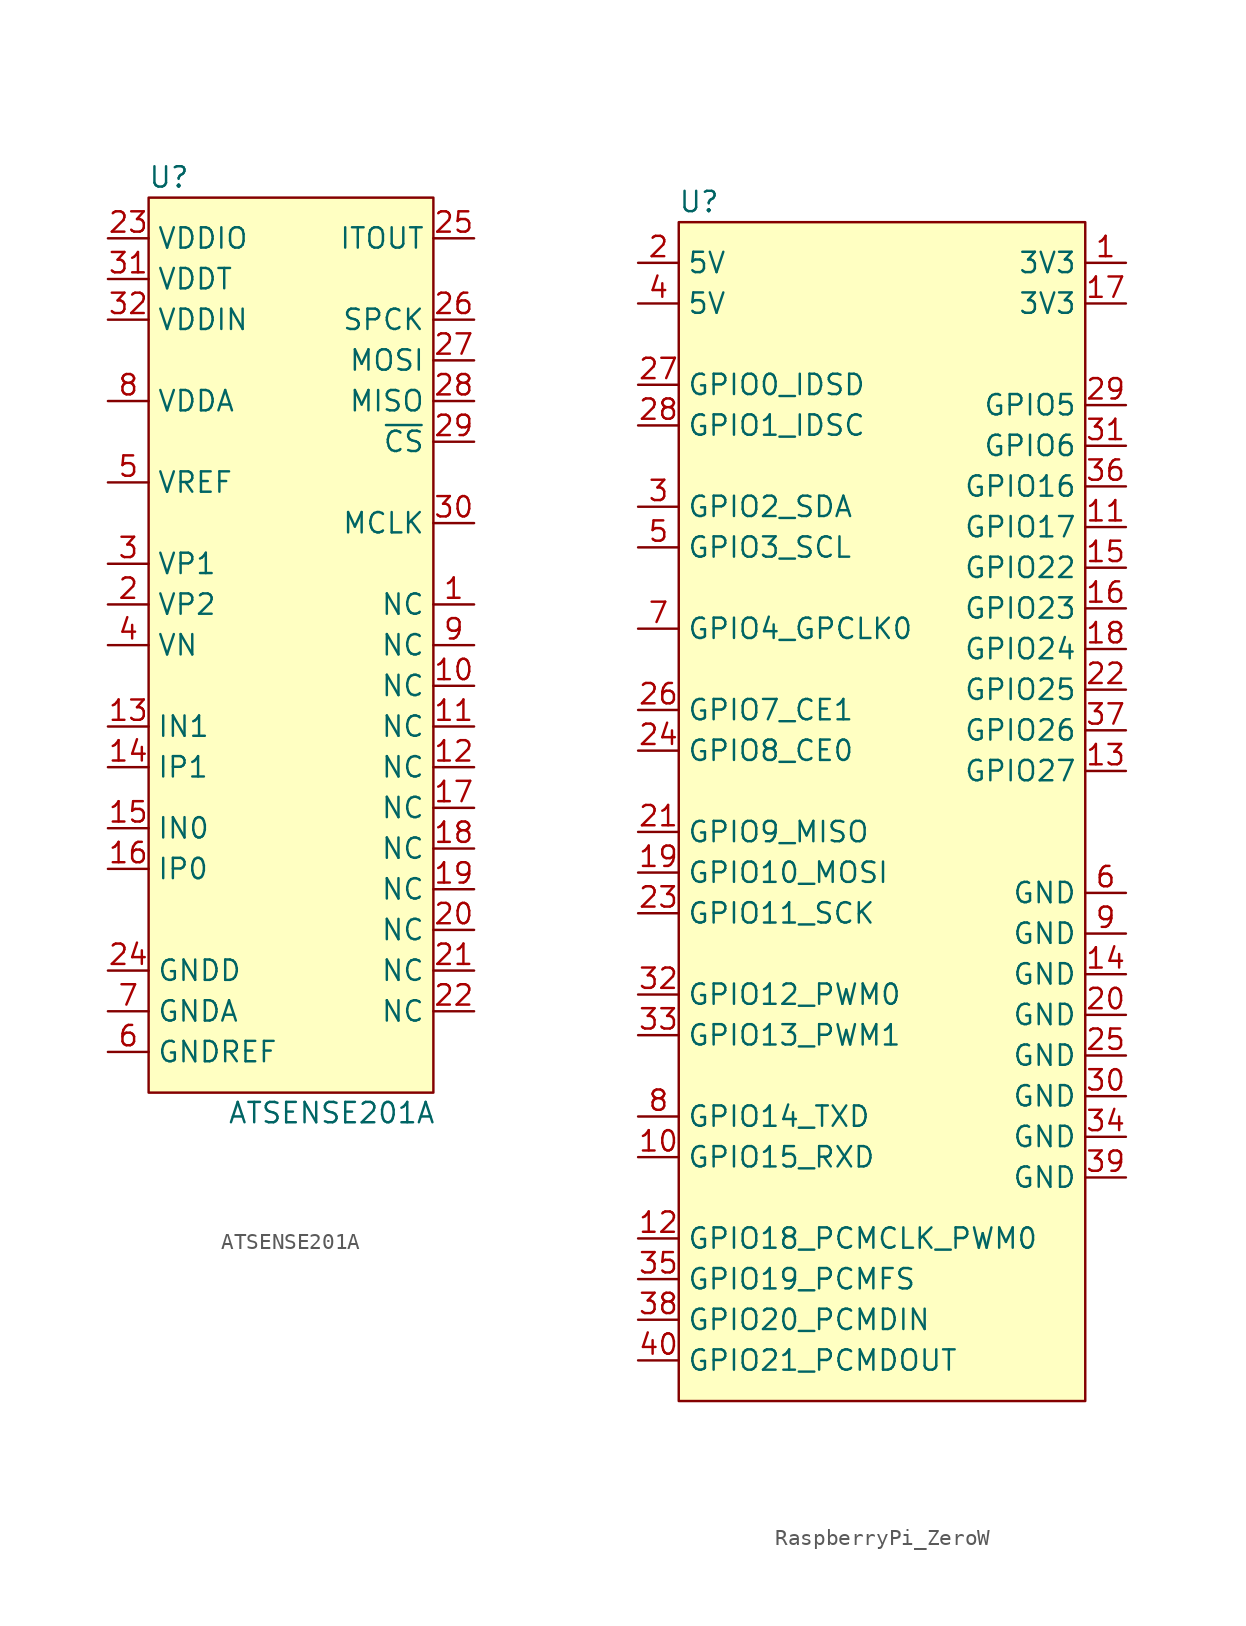
<source format=kicad_sym>
(kicad_symbol_lib
  (version 20220914)
  (generator kicad_symbol_editor)
  (symbol "ATSENSE201A"
    (property "Reference" "U"
      (at -7.62 29.21 0)
      (effects (font (size 1.27 1.27))))
    (property "Value" "ATSENSE201A"
      (at 2.54 -29.21 0)
      (effects (font (size 1.27 1.27))))
    (symbol "ATSENSE201A_0_1"
      (rectangle (start -8.89 27.94) (end 8.89 -27.94) (stroke (width 0) (type default)) (fill (type background))))
    (symbol "ATSENSE201A_1_1"
      (pin input line (at 11.43 2.54 180) (length 2.54) (name "NC" (effects (font (size 1.27 1.27)))) (number "1" (effects (font (size 1.27 1.27)))))
      (pin input line (at 11.43 -2.54 180) (length 2.54) (name "NC" (effects (font (size 1.27 1.27)))) (number "10" (effects (font (size 1.27 1.27)))))
      (pin input line (at 11.43 -5.08 180) (length 2.54) (name "NC" (effects (font (size 1.27 1.27)))) (number "11" (effects (font (size 1.27 1.27)))))
      (pin input line (at 11.43 -7.62 180) (length 2.54) (name "NC" (effects (font (size 1.27 1.27)))) (number "12" (effects (font (size 1.27 1.27)))))
      (pin input line (at -11.43 -5.08 0) (length 2.54) (name "IN1" (effects (font (size 1.27 1.27)))) (number "13" (effects (font (size 1.27 1.27)))))
      (pin input line (at -11.43 -7.62 0) (length 2.54) (name "IP1" (effects (font (size 1.27 1.27)))) (number "14" (effects (font (size 1.27 1.27)))))
      (pin input line (at -11.43 -11.43 0) (length 2.54) (name "IN0" (effects (font (size 1.27 1.27)))) (number "15" (effects (font (size 1.27 1.27)))))
      (pin input line (at -11.43 -13.97 0) (length 2.54) (name "IP0" (effects (font (size 1.27 1.27)))) (number "16" (effects (font (size 1.27 1.27)))))
      (pin input line (at 11.43 -10.16 180) (length 2.54) (name "NC" (effects (font (size 1.27 1.27)))) (number "17" (effects (font (size 1.27 1.27)))))
      (pin input line (at 11.43 -12.7 180) (length 2.54) (name "NC" (effects (font (size 1.27 1.27)))) (number "18" (effects (font (size 1.27 1.27)))))
      (pin input line (at 11.43 -15.24 180) (length 2.54) (name "NC" (effects (font (size 1.27 1.27)))) (number "19" (effects (font (size 1.27 1.27)))))
      (pin input line (at -11.43 2.54 0) (length 2.54) (name "VP2" (effects (font (size 1.27 1.27)))) (number "2" (effects (font (size 1.27 1.27)))))
      (pin input line (at 11.43 -17.78 180) (length 2.54) (name "NC" (effects (font (size 1.27 1.27)))) (number "20" (effects (font (size 1.27 1.27)))))
      (pin input line (at 11.43 -20.32 180) (length 2.54) (name "NC" (effects (font (size 1.27 1.27)))) (number "21" (effects (font (size 1.27 1.27)))))
      (pin input line (at 11.43 -22.86 180) (length 2.54) (name "NC" (effects (font (size 1.27 1.27)))) (number "22" (effects (font (size 1.27 1.27)))))
      (pin power_in line (at -11.43 25.4 0) (length 2.54) (name "VDDIO" (effects (font (size 1.27 1.27)))) (number "23" (effects (font (size 1.27 1.27)))))
      (pin power_in line (at -11.43 -20.32 0) (length 2.54) (name "GNDD" (effects (font (size 1.27 1.27)))) (number "24" (effects (font (size 1.27 1.27)))))
      (pin output line (at 11.43 25.4 180) (length 2.54) (name "ITOUT" (effects (font (size 1.27 1.27)))) (number "25" (effects (font (size 1.27 1.27)))))
      (pin input line (at 11.43 20.32 180) (length 2.54) (name "SPCK" (effects (font (size 1.27 1.27)))) (number "26" (effects (font (size 1.27 1.27)))))
      (pin input line (at 11.43 17.78 180) (length 2.54) (name "MOSI" (effects (font (size 1.27 1.27)))) (number "27" (effects (font (size 1.27 1.27)))))
      (pin output line (at 11.43 15.24 180) (length 2.54) (name "MISO" (effects (font (size 1.27 1.27)))) (number "28" (effects (font (size 1.27 1.27)))))
      (pin input line (at 11.43 12.7 180) (length 2.54) (name "~{CS}" (effects (font (size 1.27 1.27)))) (number "29" (effects (font (size 1.27 1.27)))))
      (pin input line (at -11.43 5.08 0) (length 2.54) (name "VP1" (effects (font (size 1.27 1.27)))) (number "3" (effects (font (size 1.27 1.27)))))
      (pin input line (at 11.43 7.62 180) (length 2.54) (name "MCLK" (effects (font (size 1.27 1.27)))) (number "30" (effects (font (size 1.27 1.27)))))
      (pin power_in line (at -11.43 22.86 0) (length 2.54) (name "VDDT" (effects (font (size 1.27 1.27)))) (number "31" (effects (font (size 1.27 1.27)))))
      (pin power_in line (at -11.43 20.32 0) (length 2.54) (name "VDDIN" (effects (font (size 1.27 1.27)))) (number "32" (effects (font (size 1.27 1.27)))))
      (pin input line (at -11.43 0 0) (length 2.54) (name "VN" (effects (font (size 1.27 1.27)))) (number "4" (effects (font (size 1.27 1.27)))))
      (pin bidirectional line (at -11.43 10.16 0) (length 2.54) (name "VREF" (effects (font (size 1.27 1.27)))) (number "5" (effects (font (size 1.27 1.27)))))
      (pin power_in line (at -11.43 -25.4 0) (length 2.54) (name "GNDREF" (effects (font (size 1.27 1.27)))) (number "6" (effects (font (size 1.27 1.27)))))
      (pin power_in line (at -11.43 -22.86 0) (length 2.54) (name "GNDA" (effects (font (size 1.27 1.27)))) (number "7" (effects (font (size 1.27 1.27)))))
      (pin bidirectional line (at -11.43 15.24 0) (length 2.54) (name "VDDA" (effects (font (size 1.27 1.27)))) (number "8" (effects (font (size 1.27 1.27)))))
      (pin input line (at 11.43 0 180) (length 2.54) (name "NC" (effects (font (size 1.27 1.27)))) (number "9" (effects (font (size 1.27 1.27)))))))
  (symbol "RaspberryPi_ZeroW"
    (property "Reference" "U"
      (at -11.43 38.1 0)
      (effects (font (size 1.27 1.27))))
    (property "Value" ""
      (at -15.24 38.1 0)
      (effects (font (size 1.27 1.27))))
    (symbol "RaspberryPi_ZeroW_0_0"
      (pin power_out line (at 15.24 34.29 180) (length 2.54) (name "3V3" (effects (font (size 1.27 1.27)))) (number "1" (effects (font (size 1.27 1.27)))))
      (pin bidirectional line (at -15.24 -21.59 0) (length 2.54) (name "GPIO15_RXD" (effects (font (size 1.27 1.27)))) (number "10" (effects (font (size 1.27 1.27)))))
      (pin bidirectional line (at 15.24 17.78 180) (length 2.54) (name "GPIO17" (effects (font (size 1.27 1.27)))) (number "11" (effects (font (size 1.27 1.27)))))
      (pin bidirectional line (at -15.24 -26.67 0) (length 2.54) (name "GPIO18_PCMCLK_PWM0" (effects (font (size 1.27 1.27)))) (number "12" (effects (font (size 1.27 1.27)))))
      (pin bidirectional line (at 15.24 2.54 180) (length 2.54) (name "GPIO27" (effects (font (size 1.27 1.27)))) (number "13" (effects (font (size 1.27 1.27)))))
      (pin power_in line (at 15.24 -10.16 180) (length 2.54) (name "GND" (effects (font (size 1.27 1.27)))) (number "14" (effects (font (size 1.27 1.27)))))
      (pin bidirectional line (at 15.24 15.24 180) (length 2.54) (name "GPIO22" (effects (font (size 1.27 1.27)))) (number "15" (effects (font (size 1.27 1.27)))))
      (pin bidirectional line (at 15.24 12.7 180) (length 2.54) (name "GPIO23" (effects (font (size 1.27 1.27)))) (number "16" (effects (font (size 1.27 1.27)))))
      (pin power_out line (at 15.24 31.75 180) (length 2.54) (name "3V3" (effects (font (size 1.27 1.27)))) (number "17" (effects (font (size 1.27 1.27)))))
      (pin bidirectional line (at 15.24 10.16 180) (length 2.54) (name "GPIO24" (effects (font (size 1.27 1.27)))) (number "18" (effects (font (size 1.27 1.27)))))
      (pin bidirectional line (at -15.24 -3.81 0) (length 2.54) (name "GPIO10_MOSI" (effects (font (size 1.27 1.27)))) (number "19" (effects (font (size 1.27 1.27)))))
      (pin power_in line (at -15.24 34.29 0) (length 2.54) (name "5V" (effects (font (size 1.27 1.27)))) (number "2" (effects (font (size 1.27 1.27)))))
      (pin power_in line (at 15.24 -12.7 180) (length 2.54) (name "GND" (effects (font (size 1.27 1.27)))) (number "20" (effects (font (size 1.27 1.27)))))
      (pin bidirectional line (at -15.24 -1.27 0) (length 2.54) (name "GPIO9_MISO" (effects (font (size 1.27 1.27)))) (number "21" (effects (font (size 1.27 1.27)))))
      (pin bidirectional line (at 15.24 7.62 180) (length 2.54) (name "GPIO25" (effects (font (size 1.27 1.27)))) (number "22" (effects (font (size 1.27 1.27)))))
      (pin bidirectional line (at -15.24 -6.35 0) (length 2.54) (name "GPIO11_SCK" (effects (font (size 1.27 1.27)))) (number "23" (effects (font (size 1.27 1.27)))))
      (pin bidirectional line (at -15.24 3.81 0) (length 2.54) (name "GPIO8_CE0" (effects (font (size 1.27 1.27)))) (number "24" (effects (font (size 1.27 1.27)))))
      (pin power_in line (at 15.24 -15.24 180) (length 2.54) (name "GND" (effects (font (size 1.27 1.27)))) (number "25" (effects (font (size 1.27 1.27)))))
      (pin bidirectional line (at -15.24 6.35 0) (length 2.54) (name "GPIO7_CE1" (effects (font (size 1.27 1.27)))) (number "26" (effects (font (size 1.27 1.27)))))
      (pin bidirectional line (at -15.24 26.67 0) (length 2.54) (name "GPIO0_IDSD" (effects (font (size 1.27 1.27)))) (number "27" (effects (font (size 1.27 1.27)))))
      (pin bidirectional line (at -15.24 24.13 0) (length 2.54) (name "GPIO1_IDSC" (effects (font (size 1.27 1.27)))) (number "28" (effects (font (size 1.27 1.27)))))
      (pin bidirectional line (at 15.24 25.4 180) (length 2.54) (name "GPIO5" (effects (font (size 1.27 1.27)))) (number "29" (effects (font (size 1.27 1.27)))))
      (pin bidirectional line (at -15.24 19.05 0) (length 2.54) (name "GPIO2_SDA" (effects (font (size 1.27 1.27)))) (number "3" (effects (font (size 1.27 1.27)))))
      (pin power_in line (at 15.24 -17.78 180) (length 2.54) (name "GND" (effects (font (size 1.27 1.27)))) (number "30" (effects (font (size 1.27 1.27)))))
      (pin bidirectional line (at 15.24 22.86 180) (length 2.54) (name "GPIO6" (effects (font (size 1.27 1.27)))) (number "31" (effects (font (size 1.27 1.27)))))
      (pin bidirectional line (at -15.24 -11.43 0) (length 2.54) (name "GPIO12_PWM0" (effects (font (size 1.27 1.27)))) (number "32" (effects (font (size 1.27 1.27)))))
      (pin bidirectional line (at -15.24 -13.97 0) (length 2.54) (name "GPIO13_PWM1" (effects (font (size 1.27 1.27)))) (number "33" (effects (font (size 1.27 1.27)))))
      (pin power_in line (at 15.24 -20.32 180) (length 2.54) (name "GND" (effects (font (size 1.27 1.27)))) (number "34" (effects (font (size 1.27 1.27)))))
      (pin bidirectional line (at -15.24 -29.21 0) (length 2.54) (name "GPIO19_PCMFS" (effects (font (size 1.27 1.27)))) (number "35" (effects (font (size 1.27 1.27)))))
      (pin bidirectional line (at 15.24 20.32 180) (length 2.54) (name "GPIO16" (effects (font (size 1.27 1.27)))) (number "36" (effects (font (size 1.27 1.27)))))
      (pin bidirectional line (at 15.24 5.08 180) (length 2.54) (name "GPIO26" (effects (font (size 1.27 1.27)))) (number "37" (effects (font (size 1.27 1.27)))))
      (pin bidirectional line (at -15.24 -31.75 0) (length 2.54) (name "GPIO20_PCMDIN" (effects (font (size 1.27 1.27)))) (number "38" (effects (font (size 1.27 1.27)))))
      (pin power_in line (at 15.24 -22.86 180) (length 2.54) (name "GND" (effects (font (size 1.27 1.27)))) (number "39" (effects (font (size 1.27 1.27)))))
      (pin power_in line (at -15.24 31.75 0) (length 2.54) (name "5V" (effects (font (size 1.27 1.27)))) (number "4" (effects (font (size 1.27 1.27)))))
      (pin bidirectional line (at -15.24 -34.29 0) (length 2.54) (name "GPIO21_PCMDOUT" (effects (font (size 1.27 1.27)))) (number "40" (effects (font (size 1.27 1.27)))))
      (pin bidirectional line (at -15.24 16.51 0) (length 2.54) (name "GPIO3_SCL" (effects (font (size 1.27 1.27)))) (number "5" (effects (font (size 1.27 1.27)))))
      (pin power_in line (at 15.24 -5.08 180) (length 2.54) (name "GND" (effects (font (size 1.27 1.27)))) (number "6" (effects (font (size 1.27 1.27)))))
      (pin bidirectional line (at -15.24 11.43 0) (length 2.54) (name "GPIO4_GPCLK0" (effects (font (size 1.27 1.27)))) (number "7" (effects (font (size 1.27 1.27)))))
      (pin bidirectional line (at -15.24 -19.05 0) (length 2.54) (name "GPIO14_TXD" (effects (font (size 1.27 1.27)))) (number "8" (effects (font (size 1.27 1.27)))))
      (pin power_in line (at 15.24 -7.62 180) (length 2.54) (name "GND" (effects (font (size 1.27 1.27)))) (number "9" (effects (font (size 1.27 1.27))))))
    (symbol "RaspberryPi_ZeroW_0_1"
      (rectangle (start -12.7 36.83) (end 12.7 -36.83) (stroke (width 0) (type default)) (fill (type background))))))
</source>
